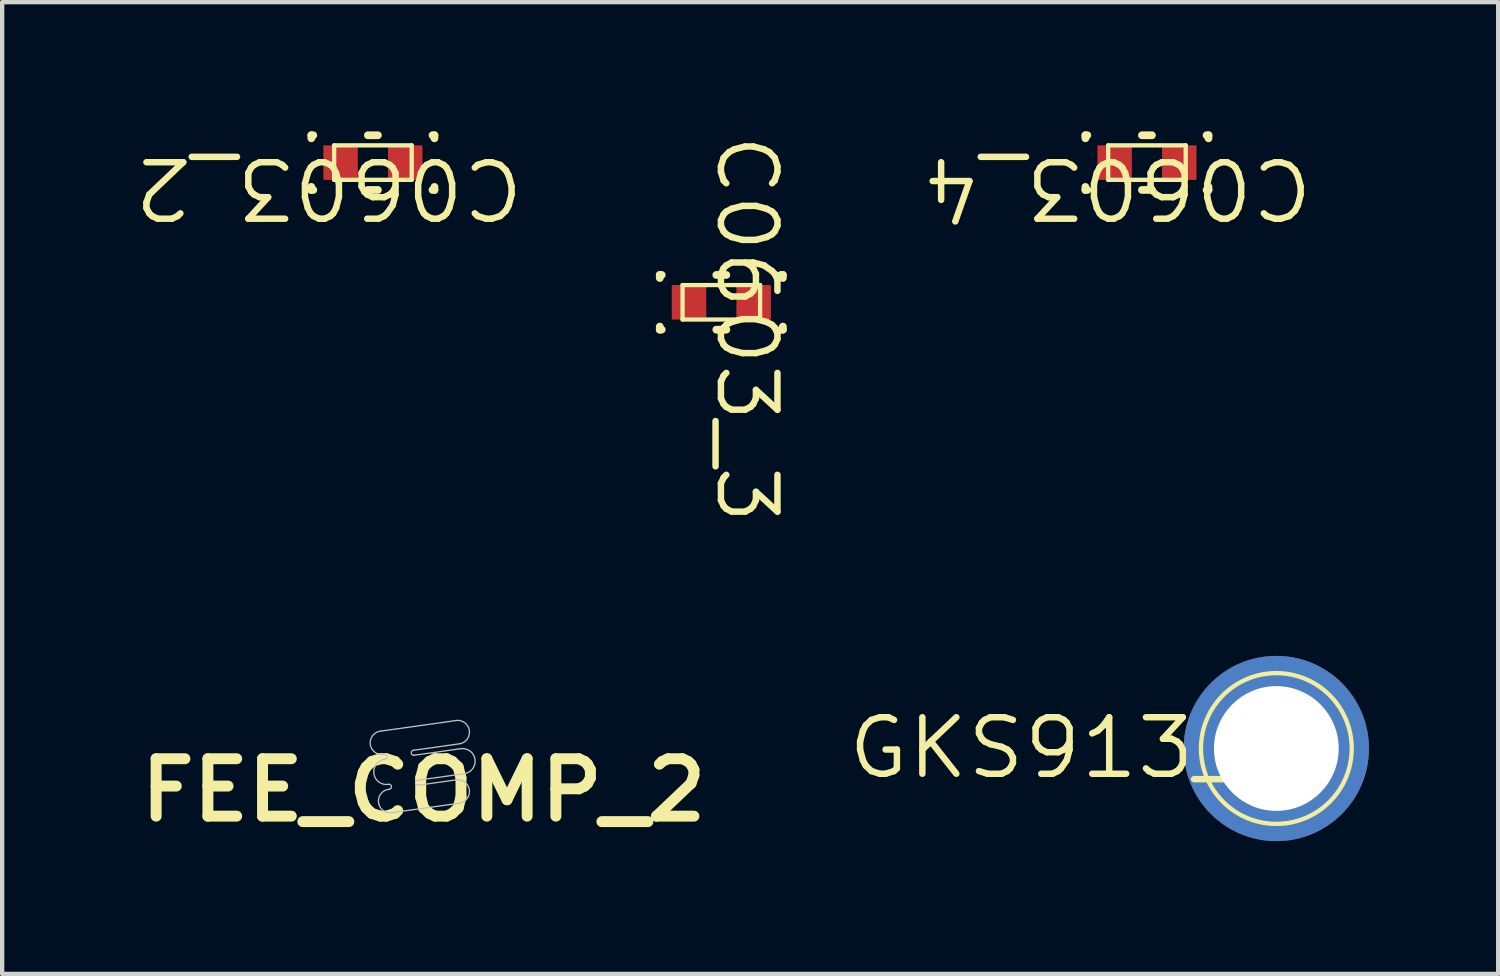
<source format=kicad_pcb>
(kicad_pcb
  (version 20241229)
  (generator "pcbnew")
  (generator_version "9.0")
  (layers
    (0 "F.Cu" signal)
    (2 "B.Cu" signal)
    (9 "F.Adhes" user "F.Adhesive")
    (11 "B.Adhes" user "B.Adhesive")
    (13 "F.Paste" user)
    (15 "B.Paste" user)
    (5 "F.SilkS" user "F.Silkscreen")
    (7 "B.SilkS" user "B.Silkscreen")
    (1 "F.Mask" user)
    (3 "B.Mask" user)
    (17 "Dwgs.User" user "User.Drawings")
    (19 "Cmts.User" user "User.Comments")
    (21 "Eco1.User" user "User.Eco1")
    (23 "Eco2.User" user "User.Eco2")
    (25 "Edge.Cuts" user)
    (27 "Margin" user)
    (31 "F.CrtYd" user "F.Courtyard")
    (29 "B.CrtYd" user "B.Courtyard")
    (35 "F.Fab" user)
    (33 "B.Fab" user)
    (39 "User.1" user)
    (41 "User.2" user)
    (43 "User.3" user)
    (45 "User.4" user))
  (footprint "C0603_2"
    (layer "F.Cu")
    (at 5.607 0.725)
    (property "Reference" "C0603_2" (at -1.019 0.59 180) (unlocked yes) (layer "F.SilkS") (effects (font (size 1.312 1.38) (thickness 0.15))))
    (attr smd)
    (fp_line (start -1.429 -0.635) (end -1.384 -0.635) (stroke (width 0.18) (type solid)) (layer "F.SilkS"))
    (fp_line (start -1.429 -0.564) (end -1.429 -0.635) (stroke (width 0.18) (type solid)) (layer "F.SilkS"))
    (fp_line (start -1.429 0.635) (end -1.429 0.564) (stroke (width 0.18) (type solid)) (layer "F.SilkS"))
    (fp_line (start -1.429 0.635) (end -1.384 0.635) (stroke (width 0.18) (type solid)) (layer "F.SilkS"))
    (fp_line (start -0.9 -0.4) (end 0.9 -0.4) (stroke (width 0.1) (type solid)) (layer "F.SilkS"))
    (fp_line (start -0.9 0.4) (end -0.9 -0.4) (stroke (width 0.1) (type solid)) (layer "F.SilkS"))
    (fp_line (start -0.9 0.4) (end 0.9 0.4) (stroke (width 0.1) (type solid)) (layer "F.SilkS"))
    (fp_line (start -0.116 -0.635) (end 0.116 -0.635) (stroke (width 0.18) (type solid)) (layer "F.SilkS"))
    (fp_line (start -0.116 0.635) (end 0.116 0.635) (stroke (width 0.18) (type solid)) (layer "F.SilkS"))
    (fp_line (start 0.9 0.4) (end 0.9 -0.4) (stroke (width 0.1) (type solid)) (layer "F.SilkS"))
    (fp_line (start 1.384 -0.635) (end 1.429 -0.635) (stroke (width 0.18) (type solid)) (layer "F.SilkS"))
    (fp_line (start 1.384 0.635) (end 1.429 0.635) (stroke (width 0.18) (type solid)) (layer "F.SilkS"))
    (fp_line (start 1.429 -0.564) (end 1.429 -0.635) (stroke (width 0.18) (type solid)) (layer "F.SilkS"))
    (fp_line (start 1.429 0.635) (end 1.429 0.564) (stroke (width 0.18) (type solid)) (layer "F.SilkS"))
    (pad "1" smd rect (at -0.75 0) (size 0.8 0.8) (layers "F.Cu" "F.Mask" "F.Paste"))
    (pad "2" smd rect (at 0.75 0) (size 0.8 0.8) (layers "F.Cu" "F.Mask" "F.Paste")))
  (footprint "FEE_COMP_2"
    (layer "F.Cu")
    (at 4.244 16.31)
    (property "Reference" "FEE_COMP_2" (at 2.54 -1.016 0) (unlocked yes) (layer "F.SilkS") (effects (font (size 1.333 1.402) (thickness 0.254))))
    (attr smd)
    (fp_line (start -0.342 -2.437) (end -0.218 -1.548) (stroke (width 0.00003) (type solid)) (layer "Dwgs.User"))
    (fp_line (start -0.342 -2.437) (end 0.16 -2.507) (stroke (width 0.00003) (type solid)) (layer "Dwgs.User"))
    (fp_line (start 1.222 -3.916) (end 2.766 -4.133) (stroke (width 0.00003) (type solid)) (layer "Dwgs.User"))
    (fp_line (start 1.417 -2.526) (end 4.236 -2.922) (stroke (width 0.00003) (type solid)) (layer "Dwgs.User"))
    (fp_line (start 1.51 -3.091) (end 4.16 -3.463) (stroke (width 0.00003) (type solid)) (layer "Dwgs.User"))
    (fp_line (start 1.554 -2.388) (end 3.311 -2.635) (stroke (width 0.03) (type solid)) (layer "Dwgs.User"))
    (fp_line (start 1.676 -3.311) (end 2.588 -3.439) (stroke (width 0.00003) (type solid)) (layer "Dwgs.User"))
    (fp_line (start 1.82 -0.496) (end 3.365 -0.713) (stroke (width 0.03) (type solid)) (layer "Dwgs.User"))
    (fp_line (start 2.306 -1.942) (end 3.387 -2.094) (stroke (width 0.03) (type solid)) (layer "Dwgs.User"))
    (fp_line (start 2.322 -1.827) (end 3.404 -1.979) (stroke (width 0.03) (type solid)) (layer "Dwgs.User"))
    (fp_line (start 2.36 -0.473) (end 3.441 -0.625) (stroke (width 0.00003) (type solid)) (layer "Dwgs.User"))
    (fp_line (start 2.404 -1.247) (end 3.485 -1.399) (stroke (width 0.03) (type solid)) (layer "Dwgs.User"))
    (fp_line (start 2.42 -1.132) (end 3.289 -1.254) (stroke (width 0.03) (type solid)) (layer "Dwgs.User"))
    (fp_line (start 2.723 -0.131) (end 4.074 -0.321) (stroke (width 0.00003) (type solid)) (layer "Dwgs.User"))
    (fp_line (start 3.697 -2.295) (end 3.906 -2.325) (stroke (width 0.00003) (type solid)) (layer "Dwgs.User"))
    (fp_line (start 3.698 -1.036) (end 4.104 -1.093) (stroke (width 0.00003) (type solid)) (layer "Dwgs.User"))
    (fp_line (start 3.715 -0.92) (end 3.985 -0.958) (stroke (width 0.00003) (type solid)) (layer "Dwgs.User"))
    (fp_line (start 3.831 -1.763) (end 3.982 -1.784) (stroke (width 0.00003) (type solid)) (layer "Dwgs.User"))
    (fp_line (start 3.847 -1.647) (end 4.022 -1.672) (stroke (width 0.00003) (type solid)) (layer "Dwgs.User"))
    (fp_arc (start 0.159616 -2.506745) (mid 0.398783 -3.431535) (end 1.221825 -3.916344) (stroke (width 0.00003) (type solid)) (layer "Dwgs.User"))
    (fp_arc (start 1.329411 -1.746314) (mid 1.142983 -2.162105) (end 1.416896 -2.52626) (stroke (width 0.00003) (type solid)) (layer "Dwgs.User"))
    (fp_arc (start 1.427664 -1.050929) (mid 1.207342 -1.374211) (end 1.329372 -1.745913) (stroke (width 0.00003) (type solid)) (layer "Dwgs.User"))
    (fp_arc (start 1.472028 -0.44706) (mid 0.399089 -0.647856) (end -0.21761 -1.548522) (stroke (width 0.00003) (type solid)) (layer "Dwgs.User"))
    (fp_arc (start 1.473015 -0.447086) (mid 1.296369 -0.737333) (end 1.42708 -1.050959) (stroke (width 0.00003) (type solid)) (layer "Dwgs.User"))
    (fp_arc (start 1.509903 -3.09031) (mid 1.552527 -3.230823) (end 1.675709 -3.310742) (stroke (width 0.00003) (type solid)) (layer "Dwgs.User"))
    (fp_arc (start 1.630447 -1.84751) (mid 1.302614 -2.077061) (end 1.554474 -2.388083) (stroke (width 0.03) (type solid)) (layer "Dwgs.User"))
    (fp_arc (start 1.630455 -1.847522) (mid 1.695127 -1.797492) (end 1.646635 -1.731659) (stroke (width 0.03) (type solid)) (layer "Dwgs.User"))
    (fp_arc (start 1.727735 -1.152412) (mid 1.384474 -1.399753) (end 1.646842 -1.731671) (stroke (width 0.03) (type solid)) (layer "Dwgs.User"))
    (fp_arc (start 1.728054 -1.152472) (mid 1.79381 -1.10265) (end 1.744333 -1.036633) (stroke (width 0.03) (type solid)) (layer "Dwgs.User"))
    (fp_arc (start 1.820543 -0.496103) (mid 1.494275 -0.725619) (end 1.744097 -1.036614) (stroke (width 0.03) (type solid)) (layer "Dwgs.User"))
    (fp_arc (start 2.322456 -1.826628) (mid 2.252538 -1.875812) (end 2.306073 -1.942457) (stroke (width 0.03) (type solid)) (layer "Dwgs.User"))
    (fp_arc (start 2.419996 -1.131577) (mid 2.350163 -1.180883) (end 2.403815 -1.247435) (stroke (width 0.03) (type solid)) (layer "Dwgs.User"))
    (fp_arc (start 2.722581 -0.130724) (mid 2.472109 -0.229135) (end 2.35987 -0.473723) (stroke (width 0.00003) (type solid)) (layer "Dwgs.User"))
    (fp_arc (start 2.765747 -4.133355) (mid 2.903361 -4.086842) (end 2.986212 -3.967524) (stroke (width 0.00003) (type solid)) (layer "Dwgs.User"))
    (fp_arc (start 2.986267 -3.967251) (mid 2.896095 -3.621076) (end 2.588186 -3.438979) (stroke (width 0.00003) (type solid)) (layer "Dwgs.User"))
    (fp_arc (start 3.288943 -1.253694) (mid 3.602463 -1.022124) (end 3.364917 -0.713107) (stroke (width 0.03) (type solid)) (layer "Dwgs.User"))
    (fp_arc (start 3.310988 -2.634943) (mid 3.602774 -2.40055) (end 3.387432 -2.094433) (stroke (width 0.03) (type solid)) (layer "Dwgs.User"))
    (fp_arc (start 3.40387 -1.9786) (mid 3.735209 -1.729597) (end 3.484763 -1.399347) (stroke (width 0.03) (type solid)) (layer "Dwgs.User"))
    (fp_arc (start 3.509538 -1.287323) (mid 3.63907 -1.187929) (end 3.698379 -1.03581) (stroke (width 0.00003) (type solid)) (layer "Dwgs.User"))
    (fp_arc (start 3.550431 -2.063163) (mid 3.753274 -1.971576) (end 3.831216 -1.763109) (stroke (width 0.00003) (type solid)) (layer "Dwgs.User"))
    (fp_arc (start 3.696708 -2.295397) (mid 3.650371 -2.162334) (end 3.550392 -2.063051) (stroke (width 0.00003) (type solid)) (layer "Dwgs.User"))
    (fp_arc (start 3.714702 -0.920138) (mid 3.629541 -0.72498) (end 3.441318 -0.625426) (stroke (width 0.00003) (type solid)) (layer "Dwgs.User"))
    (fp_arc (start 3.847458 -1.647026) (mid 3.73579 -1.413435) (end 3.509672 -1.287321) (stroke (width 0.00003) (type solid)) (layer "Dwgs.User"))
    (fp_arc (start 3.906378 -2.324841) (mid 4.216107 -2.092501) (end 3.981879 -1.784198) (stroke (width 0.00003) (type solid)) (layer "Dwgs.User"))
    (fp_arc (start 3.984967 -0.957749) (mid 4.306157 -0.67805) (end 4.074505 -0.320654) (stroke (width 0.00003) (type solid)) (layer "Dwgs.User"))
    (fp_arc (start 4.022554 -1.671788) (mid 4.355384 -1.423251) (end 4.103952 -1.092602) (stroke (width 0.00003) (type solid)) (layer "Dwgs.User"))
    (fp_arc (start 4.159525 -3.462924) (mid 4.473033 -3.231362) (end 4.235496 -2.922357) (stroke (width 0.00003) (type solid)) (layer "Dwgs.User")))
  (footprint "GKS913_1"
    (layer "F.Cu")
    (at 26.581 14.327)
    (property "Reference" "GKS913_1" (at -4.735 -0.013 0) (unlocked yes) (layer "F.SilkS") (effects (font (size 1.312 1.38) (thickness 0.15))))
    (attr smd)
    (fp_circle (center 0 0) (end 1.15 0) (stroke (width 0.1) (type solid)) (fill no) (layer "F.SilkS"))
    (fp_circle (center 0 0) (end 1.325 0) (stroke (width 0.1) (type solid)) (fill no) (layer "F.SilkS"))
    (fp_circle (center 0 0) (end 1.75 0) (stroke (width 0.1) (type solid)) (fill no) (layer "F.SilkS"))
    (pad "1" thru_hole circle (at 0 0) (size 4.3 4.3) (drill 2.896) (layers "*.Cu" "*.Mask")))
  (footprint "C0603_4"
    (layer "F.Cu")
    (at 23.577 0.725)
    (property "Reference" "C0603_4" (at -0.671 0.59 180) (unlocked yes) (layer "F.SilkS") (effects (font (size 1.312 1.38) (thickness 0.15))))
    (attr smd)
    (fp_line (start -1.429 -0.635) (end -1.384 -0.635) (stroke (width 0.18) (type solid)) (layer "F.SilkS"))
    (fp_line (start -1.429 -0.564) (end -1.429 -0.635) (stroke (width 0.18) (type solid)) (layer "F.SilkS"))
    (fp_line (start -1.429 0.635) (end -1.429 0.564) (stroke (width 0.18) (type solid)) (layer "F.SilkS"))
    (fp_line (start -1.429 0.635) (end -1.384 0.635) (stroke (width 0.18) (type solid)) (layer "F.SilkS"))
    (fp_line (start -0.9 -0.4) (end 0.9 -0.4) (stroke (width 0.1) (type solid)) (layer "F.SilkS"))
    (fp_line (start -0.9 0.4) (end -0.9 -0.4) (stroke (width 0.1) (type solid)) (layer "F.SilkS"))
    (fp_line (start -0.9 0.4) (end 0.9 0.4) (stroke (width 0.1) (type solid)) (layer "F.SilkS"))
    (fp_line (start -0.116 -0.635) (end 0.116 -0.635) (stroke (width 0.18) (type solid)) (layer "F.SilkS"))
    (fp_line (start -0.116 0.635) (end 0.116 0.635) (stroke (width 0.18) (type solid)) (layer "F.SilkS"))
    (fp_line (start 0.9 0.4) (end 0.9 -0.4) (stroke (width 0.1) (type solid)) (layer "F.SilkS"))
    (fp_line (start 1.384 -0.635) (end 1.429 -0.635) (stroke (width 0.18) (type solid)) (layer "F.SilkS"))
    (fp_line (start 1.384 0.635) (end 1.429 0.635) (stroke (width 0.18) (type solid)) (layer "F.SilkS"))
    (fp_line (start 1.429 -0.564) (end 1.429 -0.635) (stroke (width 0.18) (type solid)) (layer "F.SilkS"))
    (fp_line (start 1.429 0.635) (end 1.429 0.564) (stroke (width 0.18) (type solid)) (layer "F.SilkS"))
    (pad "1" smd rect (at -0.75 0) (size 0.8 0.8) (layers "F.Cu" "F.Mask" "F.Paste"))
    (pad "2" smd rect (at 0.75 0) (size 0.8 0.8) (layers "F.Cu" "F.Mask" "F.Paste")))
  (footprint "C0603_3"
    (layer "F.Cu")
    (at 13.696 3.968)
    (property "Reference" "C0603_3" (at 0.59 0.621 270) (unlocked yes) (layer "F.SilkS") (effects (font (size 1.312 1.38) (thickness 0.15))))
    (attr smd)
    (fp_line (start -1.429 -0.635) (end -1.384 -0.635) (stroke (width 0.18) (type solid)) (layer "F.SilkS"))
    (fp_line (start -1.429 -0.564) (end -1.429 -0.635) (stroke (width 0.18) (type solid)) (layer "F.SilkS"))
    (fp_line (start -1.429 0.635) (end -1.429 0.564) (stroke (width 0.18) (type solid)) (layer "F.SilkS"))
    (fp_line (start -1.429 0.635) (end -1.384 0.635) (stroke (width 0.18) (type solid)) (layer "F.SilkS"))
    (fp_line (start -0.9 -0.4) (end 0.9 -0.4) (stroke (width 0.1) (type solid)) (layer "F.SilkS"))
    (fp_line (start -0.9 0.4) (end -0.9 -0.4) (stroke (width 0.1) (type solid)) (layer "F.SilkS"))
    (fp_line (start -0.9 0.4) (end 0.9 0.4) (stroke (width 0.1) (type solid)) (layer "F.SilkS"))
    (fp_line (start -0.116 -0.635) (end 0.116 -0.635) (stroke (width 0.18) (type solid)) (layer "F.SilkS"))
    (fp_line (start -0.116 0.635) (end 0.116 0.635) (stroke (width 0.18) (type solid)) (layer "F.SilkS"))
    (fp_line (start 0.9 0.4) (end 0.9 -0.4) (stroke (width 0.1) (type solid)) (layer "F.SilkS"))
    (fp_line (start 1.384 -0.635) (end 1.429 -0.635) (stroke (width 0.18) (type solid)) (layer "F.SilkS"))
    (fp_line (start 1.384 0.635) (end 1.429 0.635) (stroke (width 0.18) (type solid)) (layer "F.SilkS"))
    (fp_line (start 1.429 -0.564) (end 1.429 -0.635) (stroke (width 0.18) (type solid)) (layer "F.SilkS"))
    (fp_line (start 1.429 0.635) (end 1.429 0.564) (stroke (width 0.18) (type solid)) (layer "F.SilkS"))
    (pad "1" smd rect (at -0.75 0) (size 0.8 0.8) (layers "F.Cu" "F.Mask" "F.Paste"))
    (pad "2" smd rect (at 0.75 0) (size 0.8 0.8) (layers "F.Cu" "F.Mask" "F.Paste")))
  (gr_rect
    (start -3 -3)
    (end 31.731 19.56)
    (stroke (width 0.1) (type default))
    (fill no)
    (layer "Edge.Cuts")))
</source>
